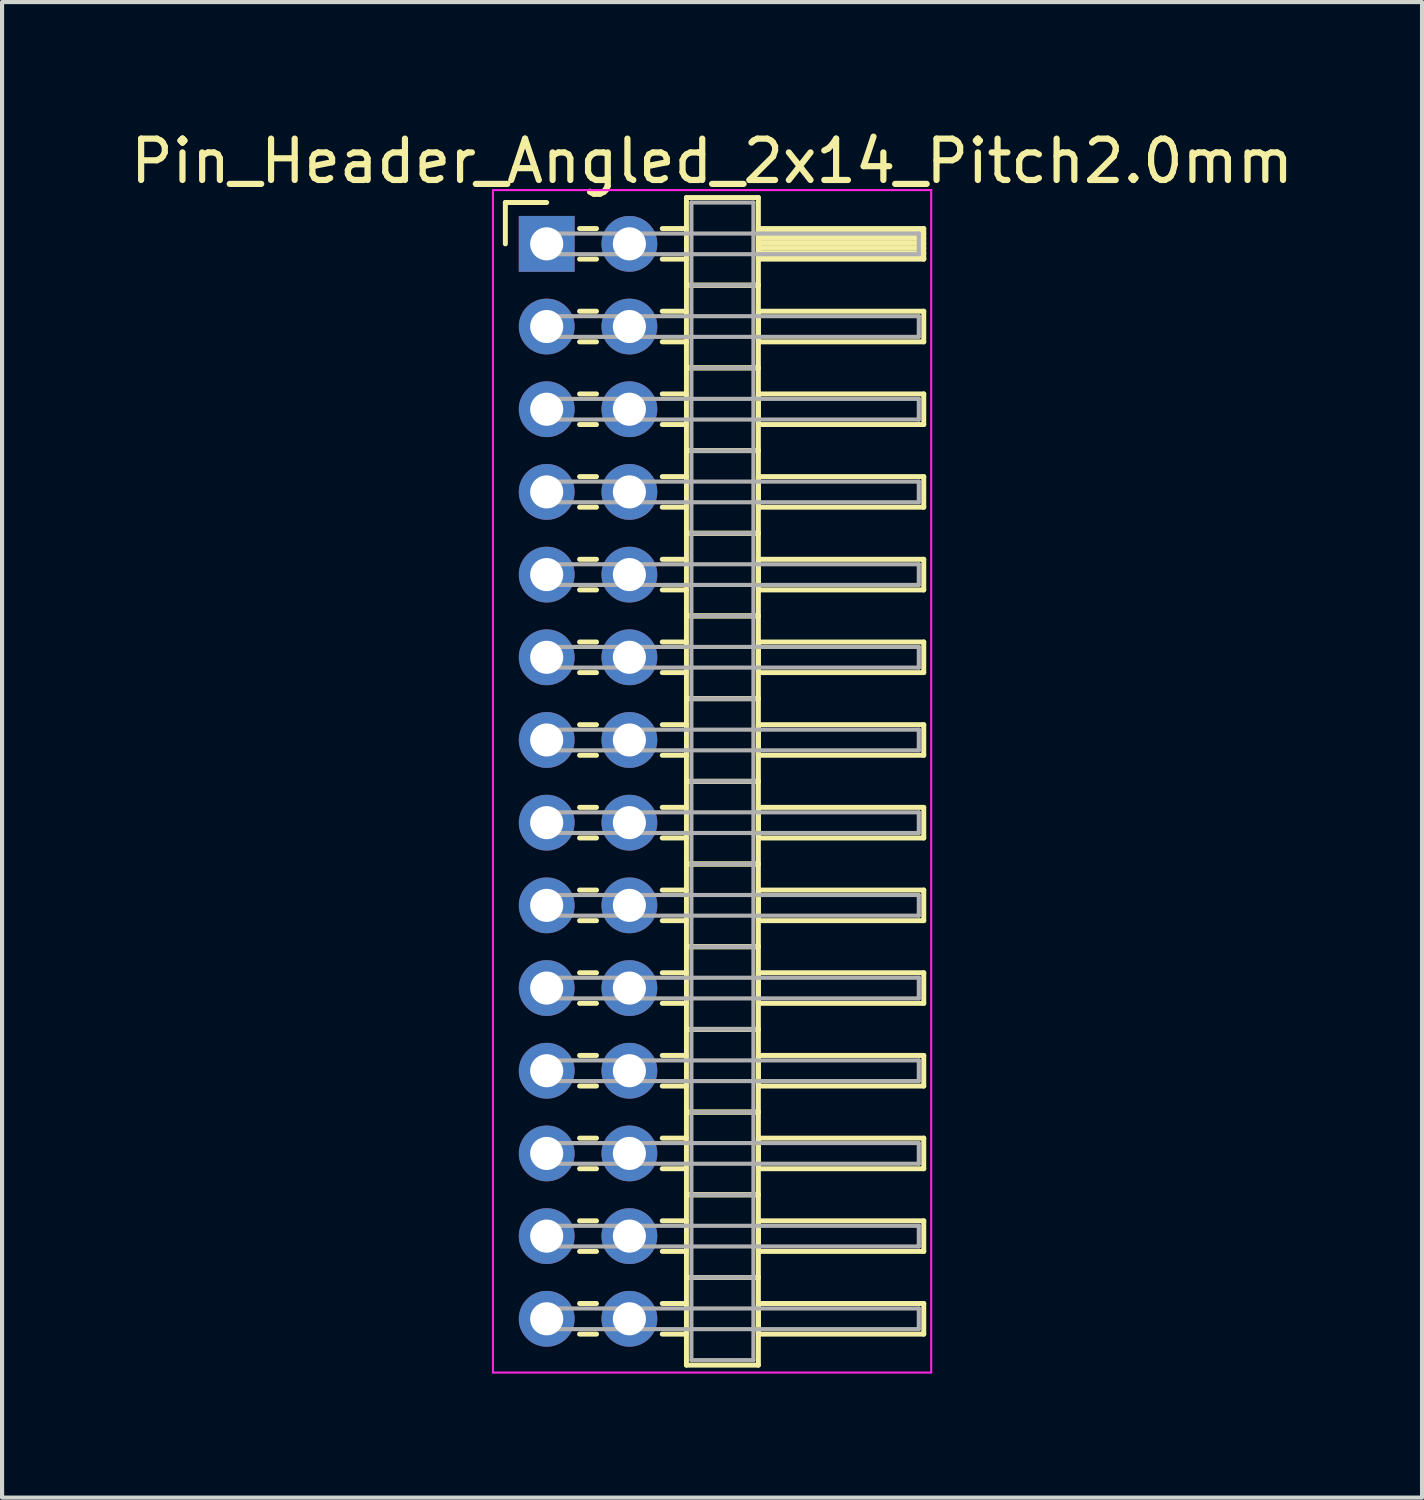
<source format=kicad_pcb>
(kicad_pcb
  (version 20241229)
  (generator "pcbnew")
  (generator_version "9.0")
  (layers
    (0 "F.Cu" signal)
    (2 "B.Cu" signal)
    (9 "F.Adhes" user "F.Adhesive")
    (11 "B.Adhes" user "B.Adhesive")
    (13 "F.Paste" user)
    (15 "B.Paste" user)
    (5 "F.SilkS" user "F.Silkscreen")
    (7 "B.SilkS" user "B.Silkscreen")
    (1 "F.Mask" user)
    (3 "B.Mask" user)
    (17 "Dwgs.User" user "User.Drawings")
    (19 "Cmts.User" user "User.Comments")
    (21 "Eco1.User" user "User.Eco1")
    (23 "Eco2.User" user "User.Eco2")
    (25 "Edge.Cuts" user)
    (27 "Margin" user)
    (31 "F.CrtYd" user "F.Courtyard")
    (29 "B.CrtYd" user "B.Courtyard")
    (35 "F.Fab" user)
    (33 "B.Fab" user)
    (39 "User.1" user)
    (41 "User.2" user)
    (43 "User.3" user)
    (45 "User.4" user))
  (footprint "Pin_Header_Angled_2x14_Pitch2.0mm"
    (layer "F.Cu")
    (at 10.173 2.848)
    (property "Reference" "Pin_Header_Angled_2x14_Pitch2.0mm" (at 4 -2 0) (layer "F.SilkS") (effects (font (size 1 1) (thickness 0.15))))
    (attr through_hole)
    (fp_line (start -1 -1) (end 0 -1) (stroke (width 0.12) (type solid)) (layer "F.SilkS"))
    (fp_line (start -1 0) (end -1 -1) (stroke (width 0.12) (type solid)) (layer "F.SilkS"))
    (fp_line (start 0.795 -0.37) (end 1.205 -0.37) (stroke (width 0.12) (type solid)) (layer "F.SilkS"))
    (fp_line (start 0.795 0.37) (end 1.205 0.37) (stroke (width 0.12) (type solid)) (layer "F.SilkS"))
    (fp_line (start 0.795 1.63) (end 1.205 1.63) (stroke (width 0.12) (type solid)) (layer "F.SilkS"))
    (fp_line (start 0.795 2.37) (end 1.205 2.37) (stroke (width 0.12) (type solid)) (layer "F.SilkS"))
    (fp_line (start 0.795 3.63) (end 1.205 3.63) (stroke (width 0.12) (type solid)) (layer "F.SilkS"))
    (fp_line (start 0.795 4.37) (end 1.205 4.37) (stroke (width 0.12) (type solid)) (layer "F.SilkS"))
    (fp_line (start 0.795 5.63) (end 1.205 5.63) (stroke (width 0.12) (type solid)) (layer "F.SilkS"))
    (fp_line (start 0.795 6.37) (end 1.205 6.37) (stroke (width 0.12) (type solid)) (layer "F.SilkS"))
    (fp_line (start 0.795 7.63) (end 1.205 7.63) (stroke (width 0.12) (type solid)) (layer "F.SilkS"))
    (fp_line (start 0.795 8.37) (end 1.205 8.37) (stroke (width 0.12) (type solid)) (layer "F.SilkS"))
    (fp_line (start 0.795 9.63) (end 1.205 9.63) (stroke (width 0.12) (type solid)) (layer "F.SilkS"))
    (fp_line (start 0.795 10.37) (end 1.205 10.37) (stroke (width 0.12) (type solid)) (layer "F.SilkS"))
    (fp_line (start 0.795 11.63) (end 1.205 11.63) (stroke (width 0.12) (type solid)) (layer "F.SilkS"))
    (fp_line (start 0.795 12.37) (end 1.205 12.37) (stroke (width 0.12) (type solid)) (layer "F.SilkS"))
    (fp_line (start 0.795 13.63) (end 1.205 13.63) (stroke (width 0.12) (type solid)) (layer "F.SilkS"))
    (fp_line (start 0.795 14.37) (end 1.205 14.37) (stroke (width 0.12) (type solid)) (layer "F.SilkS"))
    (fp_line (start 0.795 15.63) (end 1.205 15.63) (stroke (width 0.12) (type solid)) (layer "F.SilkS"))
    (fp_line (start 0.795 16.37) (end 1.205 16.37) (stroke (width 0.12) (type solid)) (layer "F.SilkS"))
    (fp_line (start 0.795 17.63) (end 1.205 17.63) (stroke (width 0.12) (type solid)) (layer "F.SilkS"))
    (fp_line (start 0.795 18.37) (end 1.205 18.37) (stroke (width 0.12) (type solid)) (layer "F.SilkS"))
    (fp_line (start 0.795 19.63) (end 1.205 19.63) (stroke (width 0.12) (type solid)) (layer "F.SilkS"))
    (fp_line (start 0.795 20.37) (end 1.205 20.37) (stroke (width 0.12) (type solid)) (layer "F.SilkS"))
    (fp_line (start 0.795 21.63) (end 1.205 21.63) (stroke (width 0.12) (type solid)) (layer "F.SilkS"))
    (fp_line (start 0.795 22.37) (end 1.205 22.37) (stroke (width 0.12) (type solid)) (layer "F.SilkS"))
    (fp_line (start 0.795 23.63) (end 1.205 23.63) (stroke (width 0.12) (type solid)) (layer "F.SilkS"))
    (fp_line (start 0.795 24.37) (end 1.205 24.37) (stroke (width 0.12) (type solid)) (layer "F.SilkS"))
    (fp_line (start 0.795 25.63) (end 1.205 25.63) (stroke (width 0.12) (type solid)) (layer "F.SilkS"))
    (fp_line (start 0.795 26.37) (end 1.205 26.37) (stroke (width 0.12) (type solid)) (layer "F.SilkS"))
    (fp_line (start 2.795 -0.37) (end 3.38 -0.37) (stroke (width 0.12) (type solid)) (layer "F.SilkS"))
    (fp_line (start 2.795 0.37) (end 3.38 0.37) (stroke (width 0.12) (type solid)) (layer "F.SilkS"))
    (fp_line (start 2.795 1.63) (end 3.38 1.63) (stroke (width 0.12) (type solid)) (layer "F.SilkS"))
    (fp_line (start 2.795 2.37) (end 3.38 2.37) (stroke (width 0.12) (type solid)) (layer "F.SilkS"))
    (fp_line (start 2.795 3.63) (end 3.38 3.63) (stroke (width 0.12) (type solid)) (layer "F.SilkS"))
    (fp_line (start 2.795 4.37) (end 3.38 4.37) (stroke (width 0.12) (type solid)) (layer "F.SilkS"))
    (fp_line (start 2.795 5.63) (end 3.38 5.63) (stroke (width 0.12) (type solid)) (layer "F.SilkS"))
    (fp_line (start 2.795 6.37) (end 3.38 6.37) (stroke (width 0.12) (type solid)) (layer "F.SilkS"))
    (fp_line (start 2.795 7.63) (end 3.38 7.63) (stroke (width 0.12) (type solid)) (layer "F.SilkS"))
    (fp_line (start 2.795 8.37) (end 3.38 8.37) (stroke (width 0.12) (type solid)) (layer "F.SilkS"))
    (fp_line (start 2.795 9.63) (end 3.38 9.63) (stroke (width 0.12) (type solid)) (layer "F.SilkS"))
    (fp_line (start 2.795 10.37) (end 3.38 10.37) (stroke (width 0.12) (type solid)) (layer "F.SilkS"))
    (fp_line (start 2.795 11.63) (end 3.38 11.63) (stroke (width 0.12) (type solid)) (layer "F.SilkS"))
    (fp_line (start 2.795 12.37) (end 3.38 12.37) (stroke (width 0.12) (type solid)) (layer "F.SilkS"))
    (fp_line (start 2.795 13.63) (end 3.38 13.63) (stroke (width 0.12) (type solid)) (layer "F.SilkS"))
    (fp_line (start 2.795 14.37) (end 3.38 14.37) (stroke (width 0.12) (type solid)) (layer "F.SilkS"))
    (fp_line (start 2.795 15.63) (end 3.38 15.63) (stroke (width 0.12) (type solid)) (layer "F.SilkS"))
    (fp_line (start 2.795 16.37) (end 3.38 16.37) (stroke (width 0.12) (type solid)) (layer "F.SilkS"))
    (fp_line (start 2.795 17.63) (end 3.38 17.63) (stroke (width 0.12) (type solid)) (layer "F.SilkS"))
    (fp_line (start 2.795 18.37) (end 3.38 18.37) (stroke (width 0.12) (type solid)) (layer "F.SilkS"))
    (fp_line (start 2.795 19.63) (end 3.38 19.63) (stroke (width 0.12) (type solid)) (layer "F.SilkS"))
    (fp_line (start 2.795 20.37) (end 3.38 20.37) (stroke (width 0.12) (type solid)) (layer "F.SilkS"))
    (fp_line (start 2.795 21.63) (end 3.38 21.63) (stroke (width 0.12) (type solid)) (layer "F.SilkS"))
    (fp_line (start 2.795 22.37) (end 3.38 22.37) (stroke (width 0.12) (type solid)) (layer "F.SilkS"))
    (fp_line (start 2.795 23.63) (end 3.38 23.63) (stroke (width 0.12) (type solid)) (layer "F.SilkS"))
    (fp_line (start 2.795 24.37) (end 3.38 24.37) (stroke (width 0.12) (type solid)) (layer "F.SilkS"))
    (fp_line (start 2.795 25.63) (end 3.38 25.63) (stroke (width 0.12) (type solid)) (layer "F.SilkS"))
    (fp_line (start 2.795 26.37) (end 3.38 26.37) (stroke (width 0.12) (type solid)) (layer "F.SilkS"))
    (fp_line (start 3.38 -1.12) (end 3.38 1) (stroke (width 0.12) (type solid)) (layer "F.SilkS"))
    (fp_line (start 3.38 1) (end 3.38 3) (stroke (width 0.12) (type solid)) (layer "F.SilkS"))
    (fp_line (start 3.38 1) (end 5.12 1) (stroke (width 0.12) (type solid)) (layer "F.SilkS"))
    (fp_line (start 3.38 3) (end 3.38 5) (stroke (width 0.12) (type solid)) (layer "F.SilkS"))
    (fp_line (start 3.38 3) (end 5.12 3) (stroke (width 0.12) (type solid)) (layer "F.SilkS"))
    (fp_line (start 3.38 5) (end 3.38 7) (stroke (width 0.12) (type solid)) (layer "F.SilkS"))
    (fp_line (start 3.38 5) (end 5.12 5) (stroke (width 0.12) (type solid)) (layer "F.SilkS"))
    (fp_line (start 3.38 7) (end 3.38 9) (stroke (width 0.12) (type solid)) (layer "F.SilkS"))
    (fp_line (start 3.38 7) (end 5.12 7) (stroke (width 0.12) (type solid)) (layer "F.SilkS"))
    (fp_line (start 3.38 9) (end 3.38 11) (stroke (width 0.12) (type solid)) (layer "F.SilkS"))
    (fp_line (start 3.38 9) (end 5.12 9) (stroke (width 0.12) (type solid)) (layer "F.SilkS"))
    (fp_line (start 3.38 11) (end 3.38 13) (stroke (width 0.12) (type solid)) (layer "F.SilkS"))
    (fp_line (start 3.38 11) (end 5.12 11) (stroke (width 0.12) (type solid)) (layer "F.SilkS"))
    (fp_line (start 3.38 13) (end 3.38 15) (stroke (width 0.12) (type solid)) (layer "F.SilkS"))
    (fp_line (start 3.38 13) (end 5.12 13) (stroke (width 0.12) (type solid)) (layer "F.SilkS"))
    (fp_line (start 3.38 15) (end 3.38 17) (stroke (width 0.12) (type solid)) (layer "F.SilkS"))
    (fp_line (start 3.38 15) (end 5.12 15) (stroke (width 0.12) (type solid)) (layer "F.SilkS"))
    (fp_line (start 3.38 17) (end 3.38 19) (stroke (width 0.12) (type solid)) (layer "F.SilkS"))
    (fp_line (start 3.38 17) (end 5.12 17) (stroke (width 0.12) (type solid)) (layer "F.SilkS"))
    (fp_line (start 3.38 19) (end 3.38 21) (stroke (width 0.12) (type solid)) (layer "F.SilkS"))
    (fp_line (start 3.38 19) (end 5.12 19) (stroke (width 0.12) (type solid)) (layer "F.SilkS"))
    (fp_line (start 3.38 21) (end 3.38 23) (stroke (width 0.12) (type solid)) (layer "F.SilkS"))
    (fp_line (start 3.38 21) (end 5.12 21) (stroke (width 0.12) (type solid)) (layer "F.SilkS"))
    (fp_line (start 3.38 23) (end 3.38 25) (stroke (width 0.12) (type solid)) (layer "F.SilkS"))
    (fp_line (start 3.38 23) (end 5.12 23) (stroke (width 0.12) (type solid)) (layer "F.SilkS"))
    (fp_line (start 3.38 25) (end 3.38 27.12) (stroke (width 0.12) (type solid)) (layer "F.SilkS"))
    (fp_line (start 3.38 25) (end 5.12 25) (stroke (width 0.12) (type solid)) (layer "F.SilkS"))
    (fp_line (start 3.38 27.12) (end 5.12 27.12) (stroke (width 0.12) (type solid)) (layer "F.SilkS"))
    (fp_line (start 5.12 -1.12) (end 3.38 -1.12) (stroke (width 0.12) (type solid)) (layer "F.SilkS"))
    (fp_line (start 5.12 -0.37) (end 5.12 0.37) (stroke (width 0.12) (type solid)) (layer "F.SilkS"))
    (fp_line (start 5.12 -0.25) (end 9.12 -0.25) (stroke (width 0.12) (type solid)) (layer "F.SilkS"))
    (fp_line (start 5.12 -0.13) (end 9.12 -0.13) (stroke (width 0.12) (type solid)) (layer "F.SilkS"))
    (fp_line (start 5.12 -0.01) (end 9.12 -0.01) (stroke (width 0.12) (type solid)) (layer "F.SilkS"))
    (fp_line (start 5.12 0.11) (end 9.12 0.11) (stroke (width 0.12) (type solid)) (layer "F.SilkS"))
    (fp_line (start 5.12 0.23) (end 9.12 0.23) (stroke (width 0.12) (type solid)) (layer "F.SilkS"))
    (fp_line (start 5.12 0.35) (end 9.12 0.35) (stroke (width 0.12) (type solid)) (layer "F.SilkS"))
    (fp_line (start 5.12 0.37) (end 9.12 0.37) (stroke (width 0.12) (type solid)) (layer "F.SilkS"))
    (fp_line (start 5.12 1) (end 3.38 1) (stroke (width 0.12) (type solid)) (layer "F.SilkS"))
    (fp_line (start 5.12 1) (end 5.12 -1.12) (stroke (width 0.12) (type solid)) (layer "F.SilkS"))
    (fp_line (start 5.12 1.63) (end 5.12 2.37) (stroke (width 0.12) (type solid)) (layer "F.SilkS"))
    (fp_line (start 5.12 2.37) (end 9.12 2.37) (stroke (width 0.12) (type solid)) (layer "F.SilkS"))
    (fp_line (start 5.12 3) (end 3.38 3) (stroke (width 0.12) (type solid)) (layer "F.SilkS"))
    (fp_line (start 5.12 3) (end 5.12 1) (stroke (width 0.12) (type solid)) (layer "F.SilkS"))
    (fp_line (start 5.12 3.63) (end 5.12 4.37) (stroke (width 0.12) (type solid)) (layer "F.SilkS"))
    (fp_line (start 5.12 4.37) (end 9.12 4.37) (stroke (width 0.12) (type solid)) (layer "F.SilkS"))
    (fp_line (start 5.12 5) (end 3.38 5) (stroke (width 0.12) (type solid)) (layer "F.SilkS"))
    (fp_line (start 5.12 5) (end 5.12 3) (stroke (width 0.12) (type solid)) (layer "F.SilkS"))
    (fp_line (start 5.12 5.63) (end 5.12 6.37) (stroke (width 0.12) (type solid)) (layer "F.SilkS"))
    (fp_line (start 5.12 6.37) (end 9.12 6.37) (stroke (width 0.12) (type solid)) (layer "F.SilkS"))
    (fp_line (start 5.12 7) (end 3.38 7) (stroke (width 0.12) (type solid)) (layer "F.SilkS"))
    (fp_line (start 5.12 7) (end 5.12 5) (stroke (width 0.12) (type solid)) (layer "F.SilkS"))
    (fp_line (start 5.12 7.63) (end 5.12 8.37) (stroke (width 0.12) (type solid)) (layer "F.SilkS"))
    (fp_line (start 5.12 8.37) (end 9.12 8.37) (stroke (width 0.12) (type solid)) (layer "F.SilkS"))
    (fp_line (start 5.12 9) (end 3.38 9) (stroke (width 0.12) (type solid)) (layer "F.SilkS"))
    (fp_line (start 5.12 9) (end 5.12 7) (stroke (width 0.12) (type solid)) (layer "F.SilkS"))
    (fp_line (start 5.12 9.63) (end 5.12 10.37) (stroke (width 0.12) (type solid)) (layer "F.SilkS"))
    (fp_line (start 5.12 10.37) (end 9.12 10.37) (stroke (width 0.12) (type solid)) (layer "F.SilkS"))
    (fp_line (start 5.12 11) (end 3.38 11) (stroke (width 0.12) (type solid)) (layer "F.SilkS"))
    (fp_line (start 5.12 11) (end 5.12 9) (stroke (width 0.12) (type solid)) (layer "F.SilkS"))
    (fp_line (start 5.12 11.63) (end 5.12 12.37) (stroke (width 0.12) (type solid)) (layer "F.SilkS"))
    (fp_line (start 5.12 12.37) (end 9.12 12.37) (stroke (width 0.12) (type solid)) (layer "F.SilkS"))
    (fp_line (start 5.12 13) (end 3.38 13) (stroke (width 0.12) (type solid)) (layer "F.SilkS"))
    (fp_line (start 5.12 13) (end 5.12 11) (stroke (width 0.12) (type solid)) (layer "F.SilkS"))
    (fp_line (start 5.12 13.63) (end 5.12 14.37) (stroke (width 0.12) (type solid)) (layer "F.SilkS"))
    (fp_line (start 5.12 14.37) (end 9.12 14.37) (stroke (width 0.12) (type solid)) (layer "F.SilkS"))
    (fp_line (start 5.12 15) (end 3.38 15) (stroke (width 0.12) (type solid)) (layer "F.SilkS"))
    (fp_line (start 5.12 15) (end 5.12 13) (stroke (width 0.12) (type solid)) (layer "F.SilkS"))
    (fp_line (start 5.12 15.63) (end 5.12 16.37) (stroke (width 0.12) (type solid)) (layer "F.SilkS"))
    (fp_line (start 5.12 16.37) (end 9.12 16.37) (stroke (width 0.12) (type solid)) (layer "F.SilkS"))
    (fp_line (start 5.12 17) (end 3.38 17) (stroke (width 0.12) (type solid)) (layer "F.SilkS"))
    (fp_line (start 5.12 17) (end 5.12 15) (stroke (width 0.12) (type solid)) (layer "F.SilkS"))
    (fp_line (start 5.12 17.63) (end 5.12 18.37) (stroke (width 0.12) (type solid)) (layer "F.SilkS"))
    (fp_line (start 5.12 18.37) (end 9.12 18.37) (stroke (width 0.12) (type solid)) (layer "F.SilkS"))
    (fp_line (start 5.12 19) (end 3.38 19) (stroke (width 0.12) (type solid)) (layer "F.SilkS"))
    (fp_line (start 5.12 19) (end 5.12 17) (stroke (width 0.12) (type solid)) (layer "F.SilkS"))
    (fp_line (start 5.12 19.63) (end 5.12 20.37) (stroke (width 0.12) (type solid)) (layer "F.SilkS"))
    (fp_line (start 5.12 20.37) (end 9.12 20.37) (stroke (width 0.12) (type solid)) (layer "F.SilkS"))
    (fp_line (start 5.12 21) (end 3.38 21) (stroke (width 0.12) (type solid)) (layer "F.SilkS"))
    (fp_line (start 5.12 21) (end 5.12 19) (stroke (width 0.12) (type solid)) (layer "F.SilkS"))
    (fp_line (start 5.12 21.63) (end 5.12 22.37) (stroke (width 0.12) (type solid)) (layer "F.SilkS"))
    (fp_line (start 5.12 22.37) (end 9.12 22.37) (stroke (width 0.12) (type solid)) (layer "F.SilkS"))
    (fp_line (start 5.12 23) (end 3.38 23) (stroke (width 0.12) (type solid)) (layer "F.SilkS"))
    (fp_line (start 5.12 23) (end 5.12 21) (stroke (width 0.12) (type solid)) (layer "F.SilkS"))
    (fp_line (start 5.12 23.63) (end 5.12 24.37) (stroke (width 0.12) (type solid)) (layer "F.SilkS"))
    (fp_line (start 5.12 24.37) (end 9.12 24.37) (stroke (width 0.12) (type solid)) (layer "F.SilkS"))
    (fp_line (start 5.12 25) (end 3.38 25) (stroke (width 0.12) (type solid)) (layer "F.SilkS"))
    (fp_line (start 5.12 25) (end 5.12 23) (stroke (width 0.12) (type solid)) (layer "F.SilkS"))
    (fp_line (start 5.12 25.63) (end 5.12 26.37) (stroke (width 0.12) (type solid)) (layer "F.SilkS"))
    (fp_line (start 5.12 26.37) (end 9.12 26.37) (stroke (width 0.12) (type solid)) (layer "F.SilkS"))
    (fp_line (start 5.12 27.12) (end 5.12 25) (stroke (width 0.12) (type solid)) (layer "F.SilkS"))
    (fp_line (start 9.12 -0.37) (end 5.12 -0.37) (stroke (width 0.12) (type solid)) (layer "F.SilkS"))
    (fp_line (start 9.12 0.37) (end 9.12 -0.37) (stroke (width 0.12) (type solid)) (layer "F.SilkS"))
    (fp_line (start 9.12 1.63) (end 5.12 1.63) (stroke (width 0.12) (type solid)) (layer "F.SilkS"))
    (fp_line (start 9.12 2.37) (end 9.12 1.63) (stroke (width 0.12) (type solid)) (layer "F.SilkS"))
    (fp_line (start 9.12 3.63) (end 5.12 3.63) (stroke (width 0.12) (type solid)) (layer "F.SilkS"))
    (fp_line (start 9.12 4.37) (end 9.12 3.63) (stroke (width 0.12) (type solid)) (layer "F.SilkS"))
    (fp_line (start 9.12 5.63) (end 5.12 5.63) (stroke (width 0.12) (type solid)) (layer "F.SilkS"))
    (fp_line (start 9.12 6.37) (end 9.12 5.63) (stroke (width 0.12) (type solid)) (layer "F.SilkS"))
    (fp_line (start 9.12 7.63) (end 5.12 7.63) (stroke (width 0.12) (type solid)) (layer "F.SilkS"))
    (fp_line (start 9.12 8.37) (end 9.12 7.63) (stroke (width 0.12) (type solid)) (layer "F.SilkS"))
    (fp_line (start 9.12 9.63) (end 5.12 9.63) (stroke (width 0.12) (type solid)) (layer "F.SilkS"))
    (fp_line (start 9.12 10.37) (end 9.12 9.63) (stroke (width 0.12) (type solid)) (layer "F.SilkS"))
    (fp_line (start 9.12 11.63) (end 5.12 11.63) (stroke (width 0.12) (type solid)) (layer "F.SilkS"))
    (fp_line (start 9.12 12.37) (end 9.12 11.63) (stroke (width 0.12) (type solid)) (layer "F.SilkS"))
    (fp_line (start 9.12 13.63) (end 5.12 13.63) (stroke (width 0.12) (type solid)) (layer "F.SilkS"))
    (fp_line (start 9.12 14.37) (end 9.12 13.63) (stroke (width 0.12) (type solid)) (layer "F.SilkS"))
    (fp_line (start 9.12 15.63) (end 5.12 15.63) (stroke (width 0.12) (type solid)) (layer "F.SilkS"))
    (fp_line (start 9.12 16.37) (end 9.12 15.63) (stroke (width 0.12) (type solid)) (layer "F.SilkS"))
    (fp_line (start 9.12 17.63) (end 5.12 17.63) (stroke (width 0.12) (type solid)) (layer "F.SilkS"))
    (fp_line (start 9.12 18.37) (end 9.12 17.63) (stroke (width 0.12) (type solid)) (layer "F.SilkS"))
    (fp_line (start 9.12 19.63) (end 5.12 19.63) (stroke (width 0.12) (type solid)) (layer "F.SilkS"))
    (fp_line (start 9.12 20.37) (end 9.12 19.63) (stroke (width 0.12) (type solid)) (layer "F.SilkS"))
    (fp_line (start 9.12 21.63) (end 5.12 21.63) (stroke (width 0.12) (type solid)) (layer "F.SilkS"))
    (fp_line (start 9.12 22.37) (end 9.12 21.63) (stroke (width 0.12) (type solid)) (layer "F.SilkS"))
    (fp_line (start 9.12 23.63) (end 5.12 23.63) (stroke (width 0.12) (type solid)) (layer "F.SilkS"))
    (fp_line (start 9.12 24.37) (end 9.12 23.63) (stroke (width 0.12) (type solid)) (layer "F.SilkS"))
    (fp_line (start 9.12 25.63) (end 5.12 25.63) (stroke (width 0.12) (type solid)) (layer "F.SilkS"))
    (fp_line (start 9.12 26.37) (end 9.12 25.63) (stroke (width 0.12) (type solid)) (layer "F.SilkS"))
    (fp_line (start -1.3 -1.3) (end -1.3 27.3) (stroke (width 0.05) (type solid)) (layer "F.CrtYd"))
    (fp_line (start -1.3 27.3) (end 9.3 27.3) (stroke (width 0.05) (type solid)) (layer "F.CrtYd"))
    (fp_line (start 9.3 -1.3) (end -1.3 -1.3) (stroke (width 0.05) (type solid)) (layer "F.CrtYd"))
    (fp_line (start 9.3 27.3) (end 9.3 -1.3) (stroke (width 0.05) (type solid)) (layer "F.CrtYd"))
    (fp_line (start 0 -0.25) (end 0 0.25) (stroke (width 0.1) (type solid)) (layer "F.Fab"))
    (fp_line (start 0 0.25) (end 9 0.25) (stroke (width 0.1) (type solid)) (layer "F.Fab"))
    (fp_line (start 0 1.75) (end 0 2.25) (stroke (width 0.1) (type solid)) (layer "F.Fab"))
    (fp_line (start 0 2.25) (end 9 2.25) (stroke (width 0.1) (type solid)) (layer "F.Fab"))
    (fp_line (start 0 3.75) (end 0 4.25) (stroke (width 0.1) (type solid)) (layer "F.Fab"))
    (fp_line (start 0 4.25) (end 9 4.25) (stroke (width 0.1) (type solid)) (layer "F.Fab"))
    (fp_line (start 0 5.75) (end 0 6.25) (stroke (width 0.1) (type solid)) (layer "F.Fab"))
    (fp_line (start 0 6.25) (end 9 6.25) (stroke (width 0.1) (type solid)) (layer "F.Fab"))
    (fp_line (start 0 7.75) (end 0 8.25) (stroke (width 0.1) (type solid)) (layer "F.Fab"))
    (fp_line (start 0 8.25) (end 9 8.25) (stroke (width 0.1) (type solid)) (layer "F.Fab"))
    (fp_line (start 0 9.75) (end 0 10.25) (stroke (width 0.1) (type solid)) (layer "F.Fab"))
    (fp_line (start 0 10.25) (end 9 10.25) (stroke (width 0.1) (type solid)) (layer "F.Fab"))
    (fp_line (start 0 11.75) (end 0 12.25) (stroke (width 0.1) (type solid)) (layer "F.Fab"))
    (fp_line (start 0 12.25) (end 9 12.25) (stroke (width 0.1) (type solid)) (layer "F.Fab"))
    (fp_line (start 0 13.75) (end 0 14.25) (stroke (width 0.1) (type solid)) (layer "F.Fab"))
    (fp_line (start 0 14.25) (end 9 14.25) (stroke (width 0.1) (type solid)) (layer "F.Fab"))
    (fp_line (start 0 15.75) (end 0 16.25) (stroke (width 0.1) (type solid)) (layer "F.Fab"))
    (fp_line (start 0 16.25) (end 9 16.25) (stroke (width 0.1) (type solid)) (layer "F.Fab"))
    (fp_line (start 0 17.75) (end 0 18.25) (stroke (width 0.1) (type solid)) (layer "F.Fab"))
    (fp_line (start 0 18.25) (end 9 18.25) (stroke (width 0.1) (type solid)) (layer "F.Fab"))
    (fp_line (start 0 19.75) (end 0 20.25) (stroke (width 0.1) (type solid)) (layer "F.Fab"))
    (fp_line (start 0 20.25) (end 9 20.25) (stroke (width 0.1) (type solid)) (layer "F.Fab"))
    (fp_line (start 0 21.75) (end 0 22.25) (stroke (width 0.1) (type solid)) (layer "F.Fab"))
    (fp_line (start 0 22.25) (end 9 22.25) (stroke (width 0.1) (type solid)) (layer "F.Fab"))
    (fp_line (start 0 23.75) (end 0 24.25) (stroke (width 0.1) (type solid)) (layer "F.Fab"))
    (fp_line (start 0 24.25) (end 9 24.25) (stroke (width 0.1) (type solid)) (layer "F.Fab"))
    (fp_line (start 0 25.75) (end 0 26.25) (stroke (width 0.1) (type solid)) (layer "F.Fab"))
    (fp_line (start 0 26.25) (end 9 26.25) (stroke (width 0.1) (type solid)) (layer "F.Fab"))
    (fp_line (start 3.5 -1) (end 3.5 1) (stroke (width 0.1) (type solid)) (layer "F.Fab"))
    (fp_line (start 3.5 1) (end 3.5 3) (stroke (width 0.1) (type solid)) (layer "F.Fab"))
    (fp_line (start 3.5 1) (end 5 1) (stroke (width 0.1) (type solid)) (layer "F.Fab"))
    (fp_line (start 3.5 3) (end 3.5 5) (stroke (width 0.1) (type solid)) (layer "F.Fab"))
    (fp_line (start 3.5 3) (end 5 3) (stroke (width 0.1) (type solid)) (layer "F.Fab"))
    (fp_line (start 3.5 5) (end 3.5 7) (stroke (width 0.1) (type solid)) (layer "F.Fab"))
    (fp_line (start 3.5 5) (end 5 5) (stroke (width 0.1) (type solid)) (layer "F.Fab"))
    (fp_line (start 3.5 7) (end 3.5 9) (stroke (width 0.1) (type solid)) (layer "F.Fab"))
    (fp_line (start 3.5 7) (end 5 7) (stroke (width 0.1) (type solid)) (layer "F.Fab"))
    (fp_line (start 3.5 9) (end 3.5 11) (stroke (width 0.1) (type solid)) (layer "F.Fab"))
    (fp_line (start 3.5 9) (end 5 9) (stroke (width 0.1) (type solid)) (layer "F.Fab"))
    (fp_line (start 3.5 11) (end 3.5 13) (stroke (width 0.1) (type solid)) (layer "F.Fab"))
    (fp_line (start 3.5 11) (end 5 11) (stroke (width 0.1) (type solid)) (layer "F.Fab"))
    (fp_line (start 3.5 13) (end 3.5 15) (stroke (width 0.1) (type solid)) (layer "F.Fab"))
    (fp_line (start 3.5 13) (end 5 13) (stroke (width 0.1) (type solid)) (layer "F.Fab"))
    (fp_line (start 3.5 15) (end 3.5 17) (stroke (width 0.1) (type solid)) (layer "F.Fab"))
    (fp_line (start 3.5 15) (end 5 15) (stroke (width 0.1) (type solid)) (layer "F.Fab"))
    (fp_line (start 3.5 17) (end 3.5 19) (stroke (width 0.1) (type solid)) (layer "F.Fab"))
    (fp_line (start 3.5 17) (end 5 17) (stroke (width 0.1) (type solid)) (layer "F.Fab"))
    (fp_line (start 3.5 19) (end 3.5 21) (stroke (width 0.1) (type solid)) (layer "F.Fab"))
    (fp_line (start 3.5 19) (end 5 19) (stroke (width 0.1) (type solid)) (layer "F.Fab"))
    (fp_line (start 3.5 21) (end 3.5 23) (stroke (width 0.1) (type solid)) (layer "F.Fab"))
    (fp_line (start 3.5 21) (end 5 21) (stroke (width 0.1) (type solid)) (layer "F.Fab"))
    (fp_line (start 3.5 23) (end 3.5 25) (stroke (width 0.1) (type solid)) (layer "F.Fab"))
    (fp_line (start 3.5 23) (end 5 23) (stroke (width 0.1) (type solid)) (layer "F.Fab"))
    (fp_line (start 3.5 25) (end 3.5 27) (stroke (width 0.1) (type solid)) (layer "F.Fab"))
    (fp_line (start 3.5 25) (end 5 25) (stroke (width 0.1) (type solid)) (layer "F.Fab"))
    (fp_line (start 3.5 27) (end 5 27) (stroke (width 0.1) (type solid)) (layer "F.Fab"))
    (fp_line (start 5 -1) (end 3.5 -1) (stroke (width 0.1) (type solid)) (layer "F.Fab"))
    (fp_line (start 5 1) (end 3.5 1) (stroke (width 0.1) (type solid)) (layer "F.Fab"))
    (fp_line (start 5 1) (end 5 -1) (stroke (width 0.1) (type solid)) (layer "F.Fab"))
    (fp_line (start 5 3) (end 3.5 3) (stroke (width 0.1) (type solid)) (layer "F.Fab"))
    (fp_line (start 5 3) (end 5 1) (stroke (width 0.1) (type solid)) (layer "F.Fab"))
    (fp_line (start 5 5) (end 3.5 5) (stroke (width 0.1) (type solid)) (layer "F.Fab"))
    (fp_line (start 5 5) (end 5 3) (stroke (width 0.1) (type solid)) (layer "F.Fab"))
    (fp_line (start 5 7) (end 3.5 7) (stroke (width 0.1) (type solid)) (layer "F.Fab"))
    (fp_line (start 5 7) (end 5 5) (stroke (width 0.1) (type solid)) (layer "F.Fab"))
    (fp_line (start 5 9) (end 3.5 9) (stroke (width 0.1) (type solid)) (layer "F.Fab"))
    (fp_line (start 5 9) (end 5 7) (stroke (width 0.1) (type solid)) (layer "F.Fab"))
    (fp_line (start 5 11) (end 3.5 11) (stroke (width 0.1) (type solid)) (layer "F.Fab"))
    (fp_line (start 5 11) (end 5 9) (stroke (width 0.1) (type solid)) (layer "F.Fab"))
    (fp_line (start 5 13) (end 3.5 13) (stroke (width 0.1) (type solid)) (layer "F.Fab"))
    (fp_line (start 5 13) (end 5 11) (stroke (width 0.1) (type solid)) (layer "F.Fab"))
    (fp_line (start 5 15) (end 3.5 15) (stroke (width 0.1) (type solid)) (layer "F.Fab"))
    (fp_line (start 5 15) (end 5 13) (stroke (width 0.1) (type solid)) (layer "F.Fab"))
    (fp_line (start 5 17) (end 3.5 17) (stroke (width 0.1) (type solid)) (layer "F.Fab"))
    (fp_line (start 5 17) (end 5 15) (stroke (width 0.1) (type solid)) (layer "F.Fab"))
    (fp_line (start 5 19) (end 3.5 19) (stroke (width 0.1) (type solid)) (layer "F.Fab"))
    (fp_line (start 5 19) (end 5 17) (stroke (width 0.1) (type solid)) (layer "F.Fab"))
    (fp_line (start 5 21) (end 3.5 21) (stroke (width 0.1) (type solid)) (layer "F.Fab"))
    (fp_line (start 5 21) (end 5 19) (stroke (width 0.1) (type solid)) (layer "F.Fab"))
    (fp_line (start 5 23) (end 3.5 23) (stroke (width 0.1) (type solid)) (layer "F.Fab"))
    (fp_line (start 5 23) (end 5 21) (stroke (width 0.1) (type solid)) (layer "F.Fab"))
    (fp_line (start 5 25) (end 3.5 25) (stroke (width 0.1) (type solid)) (layer "F.Fab"))
    (fp_line (start 5 25) (end 5 23) (stroke (width 0.1) (type solid)) (layer "F.Fab"))
    (fp_line (start 5 27) (end 5 25) (stroke (width 0.1) (type solid)) (layer "F.Fab"))
    (fp_line (start 9 -0.25) (end 0 -0.25) (stroke (width 0.1) (type solid)) (layer "F.Fab"))
    (fp_line (start 9 0.25) (end 9 -0.25) (stroke (width 0.1) (type solid)) (layer "F.Fab"))
    (fp_line (start 9 1.75) (end 0 1.75) (stroke (width 0.1) (type solid)) (layer "F.Fab"))
    (fp_line (start 9 2.25) (end 9 1.75) (stroke (width 0.1) (type solid)) (layer "F.Fab"))
    (fp_line (start 9 3.75) (end 0 3.75) (stroke (width 0.1) (type solid)) (layer "F.Fab"))
    (fp_line (start 9 4.25) (end 9 3.75) (stroke (width 0.1) (type solid)) (layer "F.Fab"))
    (fp_line (start 9 5.75) (end 0 5.75) (stroke (width 0.1) (type solid)) (layer "F.Fab"))
    (fp_line (start 9 6.25) (end 9 5.75) (stroke (width 0.1) (type solid)) (layer "F.Fab"))
    (fp_line (start 9 7.75) (end 0 7.75) (stroke (width 0.1) (type solid)) (layer "F.Fab"))
    (fp_line (start 9 8.25) (end 9 7.75) (stroke (width 0.1) (type solid)) (layer "F.Fab"))
    (fp_line (start 9 9.75) (end 0 9.75) (stroke (width 0.1) (type solid)) (layer "F.Fab"))
    (fp_line (start 9 10.25) (end 9 9.75) (stroke (width 0.1) (type solid)) (layer "F.Fab"))
    (fp_line (start 9 11.75) (end 0 11.75) (stroke (width 0.1) (type solid)) (layer "F.Fab"))
    (fp_line (start 9 12.25) (end 9 11.75) (stroke (width 0.1) (type solid)) (layer "F.Fab"))
    (fp_line (start 9 13.75) (end 0 13.75) (stroke (width 0.1) (type solid)) (layer "F.Fab"))
    (fp_line (start 9 14.25) (end 9 13.75) (stroke (width 0.1) (type solid)) (layer "F.Fab"))
    (fp_line (start 9 15.75) (end 0 15.75) (stroke (width 0.1) (type solid)) (layer "F.Fab"))
    (fp_line (start 9 16.25) (end 9 15.75) (stroke (width 0.1) (type solid)) (layer "F.Fab"))
    (fp_line (start 9 17.75) (end 0 17.75) (stroke (width 0.1) (type solid)) (layer "F.Fab"))
    (fp_line (start 9 18.25) (end 9 17.75) (stroke (width 0.1) (type solid)) (layer "F.Fab"))
    (fp_line (start 9 19.75) (end 0 19.75) (stroke (width 0.1) (type solid)) (layer "F.Fab"))
    (fp_line (start 9 20.25) (end 9 19.75) (stroke (width 0.1) (type solid)) (layer "F.Fab"))
    (fp_line (start 9 21.75) (end 0 21.75) (stroke (width 0.1) (type solid)) (layer "F.Fab"))
    (fp_line (start 9 22.25) (end 9 21.75) (stroke (width 0.1) (type solid)) (layer "F.Fab"))
    (fp_line (start 9 23.75) (end 0 23.75) (stroke (width 0.1) (type solid)) (layer "F.Fab"))
    (fp_line (start 9 24.25) (end 9 23.75) (stroke (width 0.1) (type solid)) (layer "F.Fab"))
    (fp_line (start 9 25.75) (end 0 25.75) (stroke (width 0.1) (type solid)) (layer "F.Fab"))
    (fp_line (start 9 26.25) (end 9 25.75) (stroke (width 0.1) (type solid)) (layer "F.Fab"))
    (pad "1" thru_hole rect (at 0 0) (size 1.35 1.35) (drill 0.8) (layers "*.Cu" "*.Mask"))
    (pad "2" thru_hole oval (at 2 0) (size 1.35 1.35) (drill 0.8) (layers "*.Cu" "*.Mask"))
    (pad "3" thru_hole oval (at 0 2) (size 1.35 1.35) (drill 0.8) (layers "*.Cu" "*.Mask"))
    (pad "4" thru_hole oval (at 2 2) (size 1.35 1.35) (drill 0.8) (layers "*.Cu" "*.Mask"))
    (pad "5" thru_hole oval (at 0 4) (size 1.35 1.35) (drill 0.8) (layers "*.Cu" "*.Mask"))
    (pad "6" thru_hole oval (at 2 4) (size 1.35 1.35) (drill 0.8) (layers "*.Cu" "*.Mask"))
    (pad "7" thru_hole oval (at 0 6) (size 1.35 1.35) (drill 0.8) (layers "*.Cu" "*.Mask"))
    (pad "8" thru_hole oval (at 2 6) (size 1.35 1.35) (drill 0.8) (layers "*.Cu" "*.Mask"))
    (pad "9" thru_hole oval (at 0 8) (size 1.35 1.35) (drill 0.8) (layers "*.Cu" "*.Mask"))
    (pad "10" thru_hole oval (at 2 8) (size 1.35 1.35) (drill 0.8) (layers "*.Cu" "*.Mask"))
    (pad "11" thru_hole oval (at 0 10) (size 1.35 1.35) (drill 0.8) (layers "*.Cu" "*.Mask"))
    (pad "12" thru_hole oval (at 2 10) (size 1.35 1.35) (drill 0.8) (layers "*.Cu" "*.Mask"))
    (pad "13" thru_hole oval (at 0 12) (size 1.35 1.35) (drill 0.8) (layers "*.Cu" "*.Mask"))
    (pad "14" thru_hole oval (at 2 12) (size 1.35 1.35) (drill 0.8) (layers "*.Cu" "*.Mask"))
    (pad "15" thru_hole oval (at 0 14) (size 1.35 1.35) (drill 0.8) (layers "*.Cu" "*.Mask"))
    (pad "16" thru_hole oval (at 2 14) (size 1.35 1.35) (drill 0.8) (layers "*.Cu" "*.Mask"))
    (pad "17" thru_hole oval (at 0 16) (size 1.35 1.35) (drill 0.8) (layers "*.Cu" "*.Mask"))
    (pad "18" thru_hole oval (at 2 16) (size 1.35 1.35) (drill 0.8) (layers "*.Cu" "*.Mask"))
    (pad "19" thru_hole oval (at 0 18) (size 1.35 1.35) (drill 0.8) (layers "*.Cu" "*.Mask"))
    (pad "20" thru_hole oval (at 2 18) (size 1.35 1.35) (drill 0.8) (layers "*.Cu" "*.Mask"))
    (pad "21" thru_hole oval (at 0 20) (size 1.35 1.35) (drill 0.8) (layers "*.Cu" "*.Mask"))
    (pad "22" thru_hole oval (at 2 20) (size 1.35 1.35) (drill 0.8) (layers "*.Cu" "*.Mask"))
    (pad "23" thru_hole oval (at 0 22) (size 1.35 1.35) (drill 0.8) (layers "*.Cu" "*.Mask"))
    (pad "24" thru_hole oval (at 2 22) (size 1.35 1.35) (drill 0.8) (layers "*.Cu" "*.Mask"))
    (pad "25" thru_hole oval (at 0 24) (size 1.35 1.35) (drill 0.8) (layers "*.Cu" "*.Mask"))
    (pad "26" thru_hole oval (at 2 24) (size 1.35 1.35) (drill 0.8) (layers "*.Cu" "*.Mask"))
    (pad "27" thru_hole oval (at 0 26) (size 1.35 1.35) (drill 0.8) (layers "*.Cu" "*.Mask"))
    (pad "28" thru_hole oval (at 2 26) (size 1.35 1.35) (drill 0.8) (layers "*.Cu" "*.Mask")))
  (gr_rect
    (start -3 -3)
    (end 31.345 33.173)
    (stroke (width 0.1) (type default))
    (fill no)
    (layer "Edge.Cuts")))
</source>
